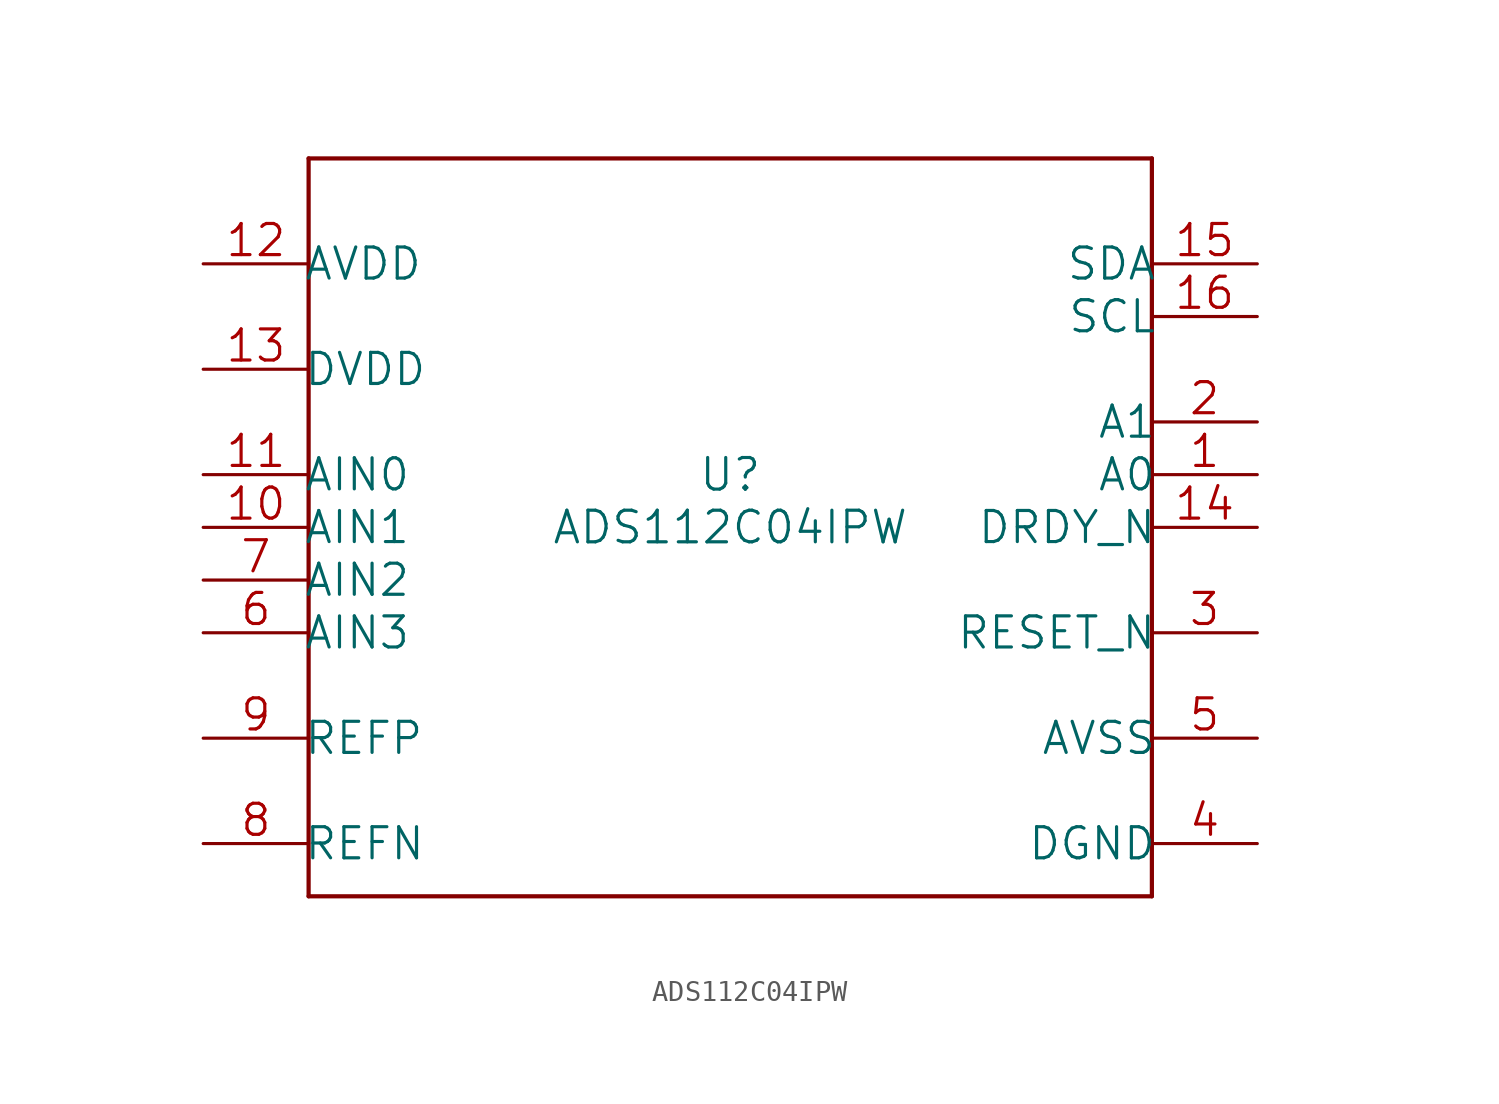
<source format=kicad_sym>
(kicad_symbol_lib
  (version 20211014)
  (generator kicad_symbol_editor)
  (symbol "ADS112C04IPW"
    (pin_names
      (offset -0.254))
    (property "Reference" "U"
      (at 0 2.54 0)
      (effects (font (size 1.524 1.524))))
    (property "Value" "ADS112C04IPW"
      (at 0 0 0)
      (effects (font (size 1.524 1.524))))
    (property "Datasheet" ""
      (at 0 0 0)
      (effects (font (size 1.524 1.524))))
    (property "ki_locked" ""
      (at 0 0 0)
      (effects (font (size 1.27 1.27))))
    (symbol "ADS112C04IPW_1_1"
      (polyline (pts (xy -20.32 -17.78) (xy 20.32 -17.78)) (stroke (width 0.203) (type default) (color 0 0 0 0)) (fill (type none)))
      (polyline (pts (xy -20.32 17.78) (xy -20.32 -17.78)) (stroke (width 0.203) (type default) (color 0 0 0 0)) (fill (type none)))
      (polyline (pts (xy 20.32 -17.78) (xy 20.32 17.78)) (stroke (width 0.203) (type default) (color 0 0 0 0)) (fill (type none)))
      (polyline (pts (xy 20.32 17.78) (xy -20.32 17.78)) (stroke (width 0.203) (type default) (color 0 0 0 0)) (fill (type none)))
      (pin input line (at 25.4 2.54 180) (length 5.08) (name "A0" (effects (font (size 1.499 1.499)))) (number "1" (effects (font (size 1.499 1.499)))))
      (pin input line (at -25.4 0 0) (length 5.08) (name "AIN1" (effects (font (size 1.499 1.499)))) (number "10" (effects (font (size 1.499 1.499)))))
      (pin input line (at -25.4 2.54 0) (length 5.08) (name "AIN0" (effects (font (size 1.499 1.499)))) (number "11" (effects (font (size 1.499 1.499)))))
      (pin power_in line (at -25.4 12.7 0) (length 5.08) (name "AVDD" (effects (font (size 1.499 1.499)))) (number "12" (effects (font (size 1.499 1.499)))))
      (pin power_in line (at -25.4 7.62 0) (length 5.08) (name "DVDD" (effects (font (size 1.499 1.499)))) (number "13" (effects (font (size 1.499 1.499)))))
      (pin output line (at 25.4 0 180) (length 5.08) (name "DRDY_N" (effects (font (size 1.499 1.499)))) (number "14" (effects (font (size 1.499 1.499)))))
      (pin bidirectional line (at 25.4 12.7 180) (length 5.08) (name "SDA" (effects (font (size 1.499 1.499)))) (number "15" (effects (font (size 1.499 1.499)))))
      (pin input line (at 25.4 10.16 180) (length 5.08) (name "SCL" (effects (font (size 1.499 1.499)))) (number "16" (effects (font (size 1.499 1.499)))))
      (pin input line (at 25.4 5.08 180) (length 5.08) (name "A1" (effects (font (size 1.499 1.499)))) (number "2" (effects (font (size 1.499 1.499)))))
      (pin input line (at 25.4 -5.08 180) (length 5.08) (name "RESET_N" (effects (font (size 1.499 1.499)))) (number "3" (effects (font (size 1.499 1.499)))))
      (pin power_in line (at 25.4 -15.24 180) (length 5.08) (name "DGND" (effects (font (size 1.499 1.499)))) (number "4" (effects (font (size 1.499 1.499)))))
      (pin power_in line (at 25.4 -10.16 180) (length 5.08) (name "AVSS" (effects (font (size 1.499 1.499)))) (number "5" (effects (font (size 1.499 1.499)))))
      (pin input line (at -25.4 -5.08 0) (length 5.08) (name "AIN3" (effects (font (size 1.499 1.499)))) (number "6" (effects (font (size 1.499 1.499)))))
      (pin input line (at -25.4 -2.54 0) (length 5.08) (name "AIN2" (effects (font (size 1.499 1.499)))) (number "7" (effects (font (size 1.499 1.499)))))
      (pin input line (at -25.4 -15.24 0) (length 5.08) (name "REFN" (effects (font (size 1.499 1.499)))) (number "8" (effects (font (size 1.499 1.499)))))
      (pin input line (at -25.4 -10.16 0) (length 5.08) (name "REFP" (effects (font (size 1.499 1.499)))) (number "9" (effects (font (size 1.499 1.499))))))))
</source>
